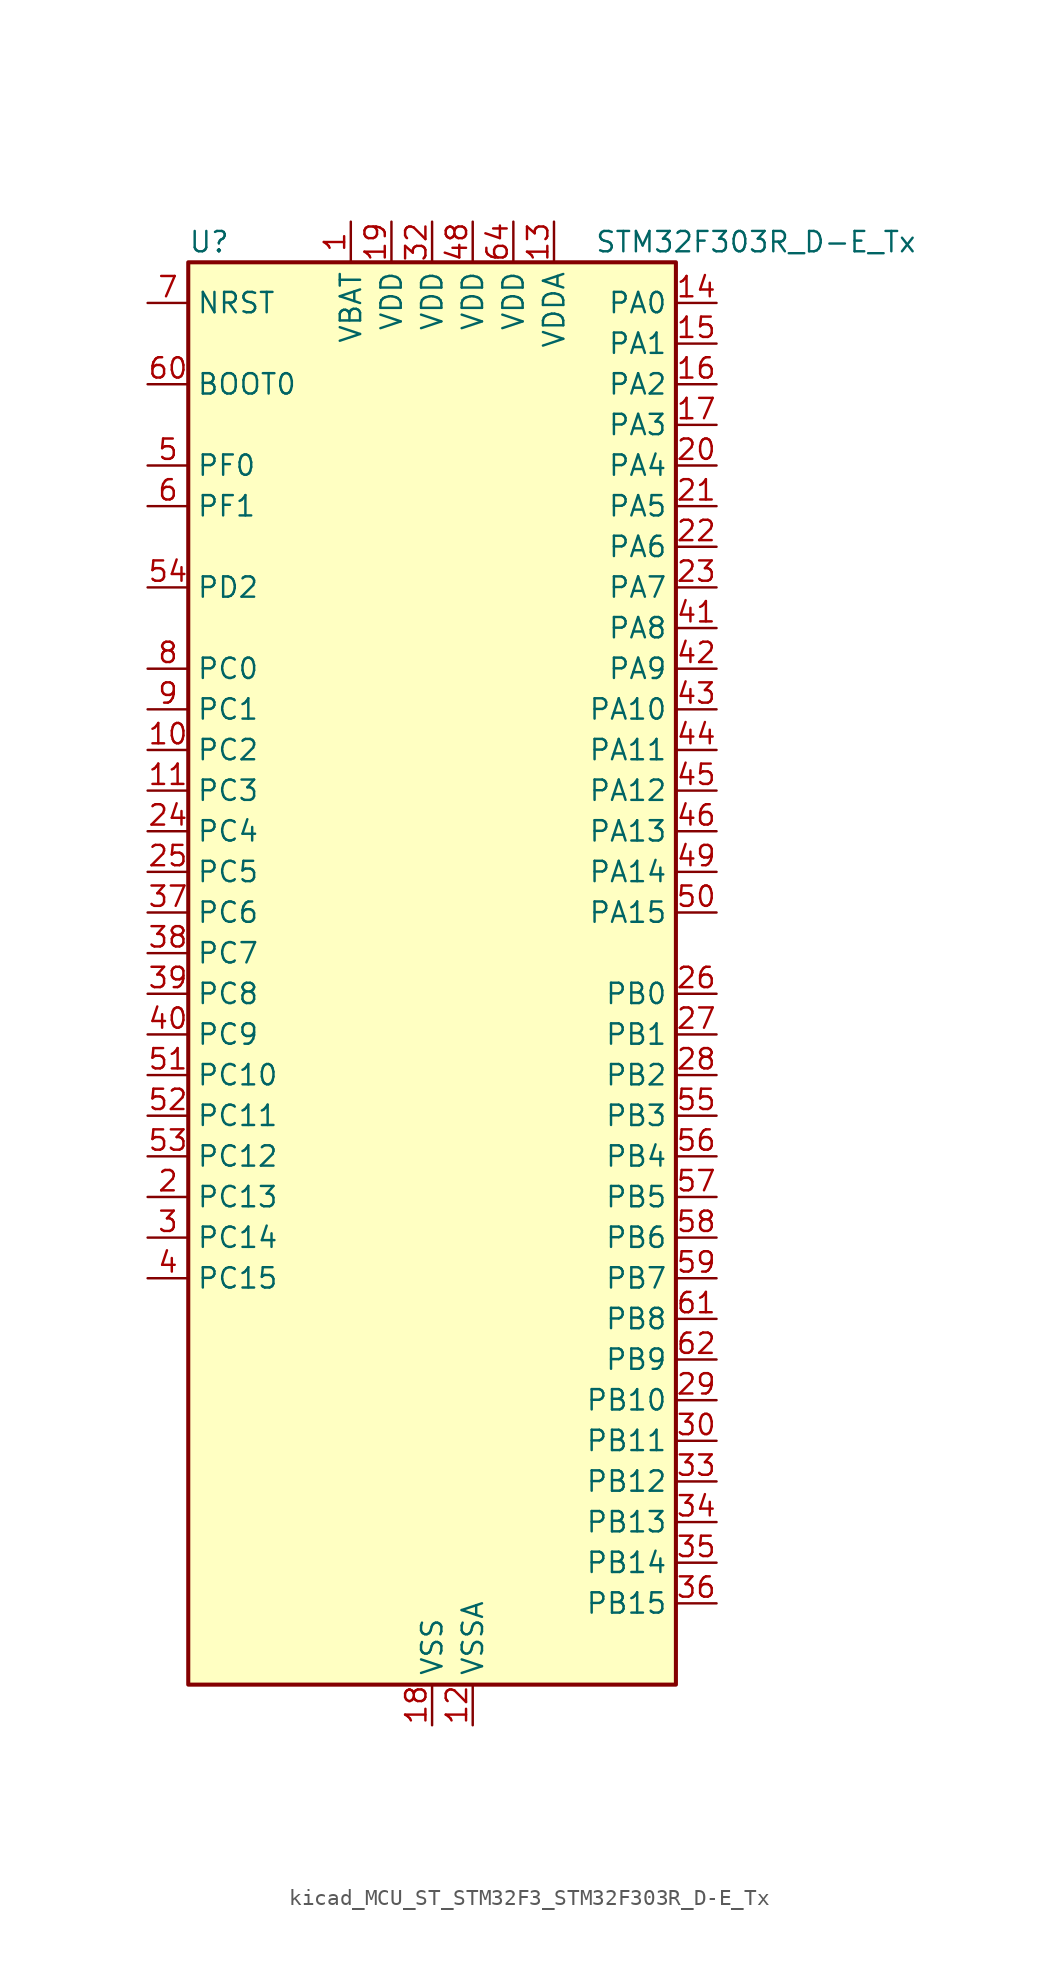
<source format=kicad_sym>
(kicad_symbol_lib
  (version 20220914)
  (generator kicad_symbol_editor)
  (symbol "kicad_MCU_ST_STM32F3_STM32F303R_D-E_Tx"
    (property "Reference" "U"
      (at -15.24 46.99 0)
      (effects (font (size 1.27 1.27)) (justify left)))
    (property "Value" "STM32F303R_D-E_Tx"
      (at 10.16 46.99 0)
      (effects (font (size 1.27 1.27)) (justify left)))
    (property "ki_locked" ""
      (at 0 0 0)
      (effects (font (size 1.27 1.27))))
    (symbol "kicad_MCU_ST_STM32F3_STM32F303R_D-E_Tx_0_1"
      (rectangle (start -15.24 -43.18) (end 15.24 45.72) (stroke (width 0.254) (type default)) (fill (type background))))
    (symbol "kicad_MCU_ST_STM32F3_STM32F303R_D-E_Tx_1_1"
      (pin power_in line (at -5.08 48.26 270) (length 2.54) (name "VBAT" (effects (font (size 1.27 1.27)))) (number "1" (effects (font (size 1.27 1.27)))))
      (pin bidirectional line (at -17.78 15.24 0) (length 2.54) (name "PC2" (effects (font (size 1.27 1.27)))) (number "10" (effects (font (size 1.27 1.27)))) (alternate "ADC1_IN8" bidirectional line) (alternate "ADC2_IN8" bidirectional line) (alternate "ADC3_EXTI2" bidirectional line) (alternate "ADC4_EXTI2" bidirectional line) (alternate "COMP7_OUT" bidirectional line) (alternate "TIM1_CH3" bidirectional line))
      (pin bidirectional line (at -17.78 12.7 0) (length 2.54) (name "PC3" (effects (font (size 1.27 1.27)))) (number "11" (effects (font (size 1.27 1.27)))) (alternate "ADC1_IN9" bidirectional line) (alternate "ADC2_IN9" bidirectional line) (alternate "TIM1_BKIN2" bidirectional line) (alternate "TIM1_CH4" bidirectional line))
      (pin power_in line (at 2.54 -45.72 90) (length 2.54) (name "VSSA" (effects (font (size 1.27 1.27)))) (number "12" (effects (font (size 1.27 1.27)))))
      (pin power_in line (at 7.62 48.26 270) (length 2.54) (name "VDDA" (effects (font (size 1.27 1.27)))) (number "13" (effects (font (size 1.27 1.27)))))
      (pin bidirectional line (at 17.78 43.18 180) (length 2.54) (name "PA0" (effects (font (size 1.27 1.27)))) (number "14" (effects (font (size 1.27 1.27)))) (alternate "ADC1_IN1" bidirectional line) (alternate "COMP1_INM" bidirectional line) (alternate "COMP1_OUT" bidirectional line) (alternate "RTC_TAMP2" bidirectional line) (alternate "SYS_WKUP1" bidirectional line) (alternate "TIM2_CH1" bidirectional line) (alternate "TIM2_ETR" bidirectional line) (alternate "TIM8_BKIN" bidirectional line) (alternate "TIM8_ETR" bidirectional line) (alternate "TSC_G1_IO1" bidirectional line) (alternate "USART2_CTS" bidirectional line))
      (pin bidirectional line (at 17.78 40.64 180) (length 2.54) (name "PA1" (effects (font (size 1.27 1.27)))) (number "15" (effects (font (size 1.27 1.27)))) (alternate "ADC1_IN2" bidirectional line) (alternate "COMP1_INP" bidirectional line) (alternate "OPAMP1_VINP" bidirectional line) (alternate "OPAMP1_VINP_SEC" bidirectional line) (alternate "OPAMP3_VINP" bidirectional line) (alternate "OPAMP3_VINP_SEC" bidirectional line) (alternate "RTC_REFIN" bidirectional line) (alternate "TIM15_CH1N" bidirectional line) (alternate "TIM2_CH2" bidirectional line) (alternate "TSC_G1_IO2" bidirectional line) (alternate "USART2_DE" bidirectional line) (alternate "USART2_RTS" bidirectional line))
      (pin bidirectional line (at 17.78 38.1 180) (length 2.54) (name "PA2" (effects (font (size 1.27 1.27)))) (number "16" (effects (font (size 1.27 1.27)))) (alternate "ADC1_IN3" bidirectional line) (alternate "ADC3_EXTI2" bidirectional line) (alternate "ADC4_EXTI2" bidirectional line) (alternate "COMP2_INM" bidirectional line) (alternate "COMP2_OUT" bidirectional line) (alternate "OPAMP1_VOUT" bidirectional line) (alternate "TIM15_CH1" bidirectional line) (alternate "TIM2_CH3" bidirectional line) (alternate "TSC_G1_IO3" bidirectional line) (alternate "USART2_TX" bidirectional line))
      (pin bidirectional line (at 17.78 35.56 180) (length 2.54) (name "PA3" (effects (font (size 1.27 1.27)))) (number "17" (effects (font (size 1.27 1.27)))) (alternate "ADC1_IN4" bidirectional line) (alternate "OPAMP1_VINM" bidirectional line) (alternate "OPAMP1_VINM_SEC" bidirectional line) (alternate "OPAMP1_VINP" bidirectional line) (alternate "OPAMP1_VINP_SEC" bidirectional line) (alternate "TIM15_CH2" bidirectional line) (alternate "TIM2_CH4" bidirectional line) (alternate "TSC_G1_IO4" bidirectional line) (alternate "USART2_RX" bidirectional line))
      (pin power_in line (at 0 -45.72 90) (length 2.54) (name "VSS" (effects (font (size 1.27 1.27)))) (number "18" (effects (font (size 1.27 1.27)))))
      (pin power_in line (at -2.54 48.26 270) (length 2.54) (name "VDD" (effects (font (size 1.27 1.27)))) (number "19" (effects (font (size 1.27 1.27)))))
      (pin bidirectional line (at -17.78 -12.7 0) (length 2.54) (name "PC13" (effects (font (size 1.27 1.27)))) (number "2" (effects (font (size 1.27 1.27)))) (alternate "RTC_OUT_ALARM" bidirectional line) (alternate "RTC_OUT_CALIB" bidirectional line) (alternate "RTC_TAMP1" bidirectional line) (alternate "RTC_TS" bidirectional line) (alternate "SYS_WKUP2" bidirectional line) (alternate "TIM1_CH1N" bidirectional line))
      (pin bidirectional line (at 17.78 33.02 180) (length 2.54) (name "PA4" (effects (font (size 1.27 1.27)))) (number "20" (effects (font (size 1.27 1.27)))) (alternate "ADC2_IN1" bidirectional line) (alternate "COMP1_INM" bidirectional line) (alternate "COMP2_INM" bidirectional line) (alternate "COMP3_INM" bidirectional line) (alternate "COMP4_INM" bidirectional line) (alternate "COMP5_INM" bidirectional line) (alternate "COMP6_INM" bidirectional line) (alternate "COMP7_INM" bidirectional line) (alternate "DAC1_OUT1" bidirectional line) (alternate "I2S3_WS" bidirectional line) (alternate "OPAMP4_VINP" bidirectional line) (alternate "OPAMP4_VINP_SEC" bidirectional line) (alternate "SPI1_NSS" bidirectional line) (alternate "SPI3_NSS" bidirectional line) (alternate "TIM3_CH2" bidirectional line) (alternate "TSC_G2_IO1" bidirectional line) (alternate "USART2_CK" bidirectional line))
      (pin bidirectional line (at 17.78 30.48 180) (length 2.54) (name "PA5" (effects (font (size 1.27 1.27)))) (number "21" (effects (font (size 1.27 1.27)))) (alternate "ADC2_IN2" bidirectional line) (alternate "COMP1_INM" bidirectional line) (alternate "COMP2_INM" bidirectional line) (alternate "COMP3_INM" bidirectional line) (alternate "COMP4_INM" bidirectional line) (alternate "COMP5_INM" bidirectional line) (alternate "COMP6_INM" bidirectional line) (alternate "COMP7_INM" bidirectional line) (alternate "DAC1_OUT2" bidirectional line) (alternate "OPAMP1_VINP" bidirectional line) (alternate "OPAMP1_VINP_SEC" bidirectional line) (alternate "OPAMP2_VINM" bidirectional line) (alternate "OPAMP2_VINM_SEC" bidirectional line) (alternate "OPAMP3_VINP" bidirectional line) (alternate "OPAMP3_VINP_SEC" bidirectional line) (alternate "SPI1_SCK" bidirectional line) (alternate "TIM2_CH1" bidirectional line) (alternate "TIM2_ETR" bidirectional line) (alternate "TSC_G2_IO2" bidirectional line))
      (pin bidirectional line (at 17.78 27.94 180) (length 2.54) (name "PA6" (effects (font (size 1.27 1.27)))) (number "22" (effects (font (size 1.27 1.27)))) (alternate "ADC2_IN3" bidirectional line) (alternate "COMP1_OUT" bidirectional line) (alternate "OPAMP2_VOUT" bidirectional line) (alternate "SPI1_MISO" bidirectional line) (alternate "TIM16_CH1" bidirectional line) (alternate "TIM1_BKIN" bidirectional line) (alternate "TIM3_CH1" bidirectional line) (alternate "TIM8_BKIN" bidirectional line) (alternate "TSC_G2_IO3" bidirectional line))
      (pin bidirectional line (at 17.78 25.4 180) (length 2.54) (name "PA7" (effects (font (size 1.27 1.27)))) (number "23" (effects (font (size 1.27 1.27)))) (alternate "ADC2_IN4" bidirectional line) (alternate "COMP2_INP" bidirectional line) (alternate "OPAMP1_VINP" bidirectional line) (alternate "OPAMP1_VINP_SEC" bidirectional line) (alternate "OPAMP2_VINP" bidirectional line) (alternate "OPAMP2_VINP_SEC" bidirectional line) (alternate "SPI1_MOSI" bidirectional line) (alternate "TIM17_CH1" bidirectional line) (alternate "TIM1_CH1N" bidirectional line) (alternate "TIM3_CH2" bidirectional line) (alternate "TIM8_CH1N" bidirectional line) (alternate "TSC_G2_IO4" bidirectional line))
      (pin bidirectional line (at -17.78 10.16 0) (length 2.54) (name "PC4" (effects (font (size 1.27 1.27)))) (number "24" (effects (font (size 1.27 1.27)))) (alternate "ADC2_IN5" bidirectional line) (alternate "TIM1_ETR" bidirectional line) (alternate "USART1_TX" bidirectional line))
      (pin bidirectional line (at -17.78 7.62 0) (length 2.54) (name "PC5" (effects (font (size 1.27 1.27)))) (number "25" (effects (font (size 1.27 1.27)))) (alternate "ADC2_IN11" bidirectional line) (alternate "OPAMP1_VINM" bidirectional line) (alternate "OPAMP1_VINM_SEC" bidirectional line) (alternate "OPAMP2_VINM" bidirectional line) (alternate "OPAMP2_VINM_SEC" bidirectional line) (alternate "TIM15_BKIN" bidirectional line) (alternate "TSC_G3_IO1" bidirectional line) (alternate "USART1_RX" bidirectional line))
      (pin bidirectional line (at 17.78 0 180) (length 2.54) (name "PB0" (effects (font (size 1.27 1.27)))) (number "26" (effects (font (size 1.27 1.27)))) (alternate "ADC3_IN12" bidirectional line) (alternate "COMP4_INP" bidirectional line) (alternate "OPAMP2_VINP" bidirectional line) (alternate "OPAMP2_VINP_SEC" bidirectional line) (alternate "OPAMP3_VINP" bidirectional line) (alternate "OPAMP3_VINP_SEC" bidirectional line) (alternate "TIM1_CH2N" bidirectional line) (alternate "TIM3_CH3" bidirectional line) (alternate "TIM8_CH2N" bidirectional line) (alternate "TSC_G3_IO2" bidirectional line))
      (pin bidirectional line (at 17.78 -2.54 180) (length 2.54) (name "PB1" (effects (font (size 1.27 1.27)))) (number "27" (effects (font (size 1.27 1.27)))) (alternate "ADC3_IN1" bidirectional line) (alternate "COMP4_OUT" bidirectional line) (alternate "OPAMP3_VOUT" bidirectional line) (alternate "TIM1_CH3N" bidirectional line) (alternate "TIM3_CH4" bidirectional line) (alternate "TIM8_CH3N" bidirectional line) (alternate "TSC_G3_IO3" bidirectional line))
      (pin bidirectional line (at 17.78 -5.08 180) (length 2.54) (name "PB2" (effects (font (size 1.27 1.27)))) (number "28" (effects (font (size 1.27 1.27)))) (alternate "ADC2_IN12" bidirectional line) (alternate "ADC3_EXTI2" bidirectional line) (alternate "ADC4_EXTI2" bidirectional line) (alternate "COMP4_INM" bidirectional line) (alternate "OPAMP3_VINM" bidirectional line) (alternate "OPAMP3_VINM_SEC" bidirectional line) (alternate "TSC_G3_IO4" bidirectional line))
      (pin bidirectional line (at 17.78 -25.4 180) (length 2.54) (name "PB10" (effects (font (size 1.27 1.27)))) (number "29" (effects (font (size 1.27 1.27)))) (alternate "COMP5_INM" bidirectional line) (alternate "OPAMP3_VINM" bidirectional line) (alternate "OPAMP3_VINM_SEC" bidirectional line) (alternate "OPAMP4_VINM" bidirectional line) (alternate "OPAMP4_VINM_SEC" bidirectional line) (alternate "TIM2_CH3" bidirectional line) (alternate "TSC_SYNC" bidirectional line) (alternate "USART3_TX" bidirectional line))
      (pin bidirectional line (at -17.78 -15.24 0) (length 2.54) (name "PC14" (effects (font (size 1.27 1.27)))) (number "3" (effects (font (size 1.27 1.27)))) (alternate "RCC_OSC32_IN" bidirectional line))
      (pin bidirectional line (at 17.78 -27.94 180) (length 2.54) (name "PB11" (effects (font (size 1.27 1.27)))) (number "30" (effects (font (size 1.27 1.27)))) (alternate "ADC1_EXTI11" bidirectional line) (alternate "ADC1_IN14" bidirectional line) (alternate "ADC2_EXTI11" bidirectional line) (alternate "ADC2_IN14" bidirectional line) (alternate "COMP6_INP" bidirectional line) (alternate "OPAMP4_VINP" bidirectional line) (alternate "OPAMP4_VINP_SEC" bidirectional line) (alternate "TIM2_CH4" bidirectional line) (alternate "TSC_G6_IO1" bidirectional line) (alternate "USART3_RX" bidirectional line))
      (pin passive line (at 0 -45.72 90) (length 2.54) hide (name "VSS" (effects (font (size 1.27 1.27)))) (number "31" (effects (font (size 1.27 1.27)))))
      (pin power_in line (at 0 48.26 270) (length 2.54) (name "VDD" (effects (font (size 1.27 1.27)))) (number "32" (effects (font (size 1.27 1.27)))))
      (pin bidirectional line (at 17.78 -30.48 180) (length 2.54) (name "PB12" (effects (font (size 1.27 1.27)))) (number "33" (effects (font (size 1.27 1.27)))) (alternate "ADC4_IN3" bidirectional line) (alternate "COMP3_INM" bidirectional line) (alternate "I2C2_SMBA" bidirectional line) (alternate "I2S2_WS" bidirectional line) (alternate "OPAMP4_VOUT" bidirectional line) (alternate "SPI2_NSS" bidirectional line) (alternate "TIM1_BKIN" bidirectional line) (alternate "TSC_G6_IO2" bidirectional line) (alternate "USART3_CK" bidirectional line))
      (pin bidirectional line (at 17.78 -33.02 180) (length 2.54) (name "PB13" (effects (font (size 1.27 1.27)))) (number "34" (effects (font (size 1.27 1.27)))) (alternate "ADC3_IN5" bidirectional line) (alternate "COMP5_INP" bidirectional line) (alternate "I2S2_CK" bidirectional line) (alternate "OPAMP3_VINP" bidirectional line) (alternate "OPAMP3_VINP_SEC" bidirectional line) (alternate "OPAMP4_VINP" bidirectional line) (alternate "OPAMP4_VINP_SEC" bidirectional line) (alternate "SPI2_SCK" bidirectional line) (alternate "TIM1_CH1N" bidirectional line) (alternate "TSC_G6_IO3" bidirectional line) (alternate "USART3_CTS" bidirectional line))
      (pin bidirectional line (at 17.78 -35.56 180) (length 2.54) (name "PB14" (effects (font (size 1.27 1.27)))) (number "35" (effects (font (size 1.27 1.27)))) (alternate "ADC4_IN4" bidirectional line) (alternate "COMP3_INP" bidirectional line) (alternate "I2S2_ext_SD" bidirectional line) (alternate "OPAMP2_VINP" bidirectional line) (alternate "OPAMP2_VINP_SEC" bidirectional line) (alternate "SPI2_MISO" bidirectional line) (alternate "TIM15_CH1" bidirectional line) (alternate "TIM1_CH2N" bidirectional line) (alternate "TSC_G6_IO4" bidirectional line) (alternate "USART3_DE" bidirectional line) (alternate "USART3_RTS" bidirectional line))
      (pin bidirectional line (at 17.78 -38.1 180) (length 2.54) (name "PB15" (effects (font (size 1.27 1.27)))) (number "36" (effects (font (size 1.27 1.27)))) (alternate "ADC1_EXTI15" bidirectional line) (alternate "ADC2_EXTI15" bidirectional line) (alternate "ADC3_EXTI15" bidirectional line) (alternate "ADC4_EXTI15" bidirectional line) (alternate "ADC4_IN5" bidirectional line) (alternate "COMP6_INM" bidirectional line) (alternate "I2S2_SD" bidirectional line) (alternate "RTC_REFIN" bidirectional line) (alternate "SPI2_MOSI" bidirectional line) (alternate "TIM15_CH1N" bidirectional line) (alternate "TIM15_CH2" bidirectional line) (alternate "TIM1_CH3N" bidirectional line))
      (pin bidirectional line (at -17.78 5.08 0) (length 2.54) (name "PC6" (effects (font (size 1.27 1.27)))) (number "37" (effects (font (size 1.27 1.27)))) (alternate "COMP6_OUT" bidirectional line) (alternate "I2S2_MCK" bidirectional line) (alternate "TIM3_CH1" bidirectional line) (alternate "TIM8_CH1" bidirectional line))
      (pin bidirectional line (at -17.78 2.54 0) (length 2.54) (name "PC7" (effects (font (size 1.27 1.27)))) (number "38" (effects (font (size 1.27 1.27)))) (alternate "COMP5_OUT" bidirectional line) (alternate "I2S3_MCK" bidirectional line) (alternate "TIM3_CH2" bidirectional line) (alternate "TIM8_CH2" bidirectional line))
      (pin bidirectional line (at -17.78 0 0) (length 2.54) (name "PC8" (effects (font (size 1.27 1.27)))) (number "39" (effects (font (size 1.27 1.27)))) (alternate "COMP3_OUT" bidirectional line) (alternate "TIM3_CH3" bidirectional line) (alternate "TIM8_CH3" bidirectional line))
      (pin bidirectional line (at -17.78 -17.78 0) (length 2.54) (name "PC15" (effects (font (size 1.27 1.27)))) (number "4" (effects (font (size 1.27 1.27)))) (alternate "ADC1_EXTI15" bidirectional line) (alternate "ADC2_EXTI15" bidirectional line) (alternate "ADC3_EXTI15" bidirectional line) (alternate "ADC4_EXTI15" bidirectional line) (alternate "RCC_OSC32_OUT" bidirectional line))
      (pin bidirectional line (at -17.78 -2.54 0) (length 2.54) (name "PC9" (effects (font (size 1.27 1.27)))) (number "40" (effects (font (size 1.27 1.27)))) (alternate "DAC1_EXTI9" bidirectional line) (alternate "I2C3_SDA" bidirectional line) (alternate "I2S_CKIN" bidirectional line) (alternate "TIM3_CH4" bidirectional line) (alternate "TIM8_BKIN2" bidirectional line) (alternate "TIM8_CH4" bidirectional line))
      (pin bidirectional line (at 17.78 22.86 180) (length 2.54) (name "PA8" (effects (font (size 1.27 1.27)))) (number "41" (effects (font (size 1.27 1.27)))) (alternate "COMP3_OUT" bidirectional line) (alternate "I2C2_SMBA" bidirectional line) (alternate "I2C3_SCL" bidirectional line) (alternate "I2S2_MCK" bidirectional line) (alternate "RCC_MCO" bidirectional line) (alternate "TIM1_CH1" bidirectional line) (alternate "TIM4_ETR" bidirectional line) (alternate "USART1_CK" bidirectional line))
      (pin bidirectional line (at 17.78 20.32 180) (length 2.54) (name "PA9" (effects (font (size 1.27 1.27)))) (number "42" (effects (font (size 1.27 1.27)))) (alternate "COMP5_OUT" bidirectional line) (alternate "DAC1_EXTI9" bidirectional line) (alternate "I2C2_SCL" bidirectional line) (alternate "I2C3_SMBA" bidirectional line) (alternate "I2S3_MCK" bidirectional line) (alternate "TIM15_BKIN" bidirectional line) (alternate "TIM1_CH2" bidirectional line) (alternate "TIM2_CH3" bidirectional line) (alternate "TSC_G4_IO1" bidirectional line) (alternate "USART1_TX" bidirectional line))
      (pin bidirectional line (at 17.78 17.78 180) (length 2.54) (name "PA10" (effects (font (size 1.27 1.27)))) (number "43" (effects (font (size 1.27 1.27)))) (alternate "COMP6_OUT" bidirectional line) (alternate "I2C2_SDA" bidirectional line) (alternate "I2S2_ext_SD" bidirectional line) (alternate "SPI2_MISO" bidirectional line) (alternate "TIM17_BKIN" bidirectional line) (alternate "TIM1_CH3" bidirectional line) (alternate "TIM2_CH4" bidirectional line) (alternate "TIM8_BKIN" bidirectional line) (alternate "TSC_G4_IO2" bidirectional line) (alternate "USART1_RX" bidirectional line))
      (pin bidirectional line (at 17.78 15.24 180) (length 2.54) (name "PA11" (effects (font (size 1.27 1.27)))) (number "44" (effects (font (size 1.27 1.27)))) (alternate "ADC1_EXTI11" bidirectional line) (alternate "ADC2_EXTI11" bidirectional line) (alternate "CAN_RX" bidirectional line) (alternate "COMP1_OUT" bidirectional line) (alternate "I2S2_SD" bidirectional line) (alternate "SPI2_MOSI" bidirectional line) (alternate "TIM1_BKIN2" bidirectional line) (alternate "TIM1_CH1N" bidirectional line) (alternate "TIM1_CH4" bidirectional line) (alternate "TIM4_CH1" bidirectional line) (alternate "USART1_CTS" bidirectional line) (alternate "USB_DM" bidirectional line))
      (pin bidirectional line (at 17.78 12.7 180) (length 2.54) (name "PA12" (effects (font (size 1.27 1.27)))) (number "45" (effects (font (size 1.27 1.27)))) (alternate "CAN_TX" bidirectional line) (alternate "COMP2_OUT" bidirectional line) (alternate "I2S_CKIN" bidirectional line) (alternate "TIM16_CH1" bidirectional line) (alternate "TIM1_CH2N" bidirectional line) (alternate "TIM1_ETR" bidirectional line) (alternate "TIM4_CH2" bidirectional line) (alternate "USART1_DE" bidirectional line) (alternate "USART1_RTS" bidirectional line) (alternate "USB_DP" bidirectional line))
      (pin bidirectional line (at 17.78 10.16 180) (length 2.54) (name "PA13" (effects (font (size 1.27 1.27)))) (number "46" (effects (font (size 1.27 1.27)))) (alternate "IR_OUT" bidirectional line) (alternate "SYS_JTMS-SWDIO" bidirectional line) (alternate "TIM16_CH1N" bidirectional line) (alternate "TIM4_CH3" bidirectional line) (alternate "TSC_G4_IO3" bidirectional line) (alternate "USART3_CTS" bidirectional line))
      (pin passive line (at 0 -45.72 90) (length 2.54) hide (name "VSS" (effects (font (size 1.27 1.27)))) (number "47" (effects (font (size 1.27 1.27)))))
      (pin power_in line (at 2.54 48.26 270) (length 2.54) (name "VDD" (effects (font (size 1.27 1.27)))) (number "48" (effects (font (size 1.27 1.27)))))
      (pin bidirectional line (at 17.78 7.62 180) (length 2.54) (name "PA14" (effects (font (size 1.27 1.27)))) (number "49" (effects (font (size 1.27 1.27)))) (alternate "I2C1_SDA" bidirectional line) (alternate "SYS_JTCK-SWCLK" bidirectional line) (alternate "TIM1_BKIN" bidirectional line) (alternate "TIM8_CH2" bidirectional line) (alternate "TSC_G4_IO4" bidirectional line) (alternate "USART2_TX" bidirectional line))
      (pin bidirectional line (at -17.78 33.02 0) (length 2.54) (name "PF0" (effects (font (size 1.27 1.27)))) (number "5" (effects (font (size 1.27 1.27)))) (alternate "I2C2_SDA" bidirectional line) (alternate "I2S2_WS" bidirectional line) (alternate "RCC_OSC_IN" bidirectional line) (alternate "SPI2_NSS" bidirectional line) (alternate "TIM1_CH3N" bidirectional line))
      (pin bidirectional line (at 17.78 5.08 180) (length 2.54) (name "PA15" (effects (font (size 1.27 1.27)))) (number "50" (effects (font (size 1.27 1.27)))) (alternate "ADC1_EXTI15" bidirectional line) (alternate "ADC2_EXTI15" bidirectional line) (alternate "ADC3_EXTI15" bidirectional line) (alternate "ADC4_EXTI15" bidirectional line) (alternate "I2C1_SCL" bidirectional line) (alternate "I2S3_WS" bidirectional line) (alternate "SPI1_NSS" bidirectional line) (alternate "SPI3_NSS" bidirectional line) (alternate "SYS_JTDI" bidirectional line) (alternate "TIM1_BKIN" bidirectional line) (alternate "TIM2_CH1" bidirectional line) (alternate "TIM2_ETR" bidirectional line) (alternate "TIM8_CH1" bidirectional line) (alternate "TSC_SYNC" bidirectional line) (alternate "USART2_RX" bidirectional line))
      (pin bidirectional line (at -17.78 -5.08 0) (length 2.54) (name "PC10" (effects (font (size 1.27 1.27)))) (number "51" (effects (font (size 1.27 1.27)))) (alternate "I2S3_CK" bidirectional line) (alternate "SPI3_SCK" bidirectional line) (alternate "TIM8_CH1N" bidirectional line) (alternate "UART4_TX" bidirectional line) (alternate "USART3_TX" bidirectional line))
      (pin bidirectional line (at -17.78 -7.62 0) (length 2.54) (name "PC11" (effects (font (size 1.27 1.27)))) (number "52" (effects (font (size 1.27 1.27)))) (alternate "ADC1_EXTI11" bidirectional line) (alternate "ADC2_EXTI11" bidirectional line) (alternate "I2S3_ext_SD" bidirectional line) (alternate "SPI3_MISO" bidirectional line) (alternate "TIM8_CH2N" bidirectional line) (alternate "UART4_RX" bidirectional line) (alternate "USART3_RX" bidirectional line))
      (pin bidirectional line (at -17.78 -10.16 0) (length 2.54) (name "PC12" (effects (font (size 1.27 1.27)))) (number "53" (effects (font (size 1.27 1.27)))) (alternate "I2S3_SD" bidirectional line) (alternate "SPI3_MOSI" bidirectional line) (alternate "TIM8_CH3N" bidirectional line) (alternate "UART5_TX" bidirectional line) (alternate "USART3_CK" bidirectional line))
      (pin bidirectional line (at -17.78 25.4 0) (length 2.54) (name "PD2" (effects (font (size 1.27 1.27)))) (number "54" (effects (font (size 1.27 1.27)))) (alternate "ADC3_EXTI2" bidirectional line) (alternate "ADC4_EXTI2" bidirectional line) (alternate "TIM3_ETR" bidirectional line) (alternate "TIM8_BKIN" bidirectional line) (alternate "UART5_RX" bidirectional line))
      (pin bidirectional line (at 17.78 -7.62 180) (length 2.54) (name "PB3" (effects (font (size 1.27 1.27)))) (number "55" (effects (font (size 1.27 1.27)))) (alternate "I2S3_CK" bidirectional line) (alternate "SPI1_SCK" bidirectional line) (alternate "SPI3_SCK" bidirectional line) (alternate "SYS_JTDO-TRACESWO" bidirectional line) (alternate "TIM2_CH2" bidirectional line) (alternate "TIM3_ETR" bidirectional line) (alternate "TIM4_ETR" bidirectional line) (alternate "TIM8_CH1N" bidirectional line) (alternate "TSC_G5_IO1" bidirectional line) (alternate "USART2_TX" bidirectional line))
      (pin bidirectional line (at 17.78 -10.16 180) (length 2.54) (name "PB4" (effects (font (size 1.27 1.27)))) (number "56" (effects (font (size 1.27 1.27)))) (alternate "I2S3_ext_SD" bidirectional line) (alternate "SPI1_MISO" bidirectional line) (alternate "SPI3_MISO" bidirectional line) (alternate "SYS_NJTRST" bidirectional line) (alternate "TIM16_CH1" bidirectional line) (alternate "TIM17_BKIN" bidirectional line) (alternate "TIM3_CH1" bidirectional line) (alternate "TIM8_CH2N" bidirectional line) (alternate "TSC_G5_IO2" bidirectional line) (alternate "USART2_RX" bidirectional line))
      (pin bidirectional line (at 17.78 -12.7 180) (length 2.54) (name "PB5" (effects (font (size 1.27 1.27)))) (number "57" (effects (font (size 1.27 1.27)))) (alternate "I2C1_SMBA" bidirectional line) (alternate "I2C3_SDA" bidirectional line) (alternate "I2S3_SD" bidirectional line) (alternate "SPI1_MOSI" bidirectional line) (alternate "SPI3_MOSI" bidirectional line) (alternate "TIM16_BKIN" bidirectional line) (alternate "TIM17_CH1" bidirectional line) (alternate "TIM3_CH2" bidirectional line) (alternate "TIM8_CH3N" bidirectional line) (alternate "USART2_CK" bidirectional line))
      (pin bidirectional line (at 17.78 -15.24 180) (length 2.54) (name "PB6" (effects (font (size 1.27 1.27)))) (number "58" (effects (font (size 1.27 1.27)))) (alternate "I2C1_SCL" bidirectional line) (alternate "TIM16_CH1N" bidirectional line) (alternate "TIM4_CH1" bidirectional line) (alternate "TIM8_BKIN2" bidirectional line) (alternate "TIM8_CH1" bidirectional line) (alternate "TIM8_ETR" bidirectional line) (alternate "TSC_G5_IO3" bidirectional line) (alternate "USART1_TX" bidirectional line))
      (pin bidirectional line (at 17.78 -17.78 180) (length 2.54) (name "PB7" (effects (font (size 1.27 1.27)))) (number "59" (effects (font (size 1.27 1.27)))) (alternate "I2C1_SDA" bidirectional line) (alternate "TIM17_CH1N" bidirectional line) (alternate "TIM3_CH4" bidirectional line) (alternate "TIM4_CH2" bidirectional line) (alternate "TIM8_BKIN" bidirectional line) (alternate "TSC_G5_IO4" bidirectional line) (alternate "USART1_RX" bidirectional line))
      (pin bidirectional line (at -17.78 30.48 0) (length 2.54) (name "PF1" (effects (font (size 1.27 1.27)))) (number "6" (effects (font (size 1.27 1.27)))) (alternate "I2C2_SCL" bidirectional line) (alternate "I2S2_CK" bidirectional line) (alternate "RCC_OSC_OUT" bidirectional line) (alternate "SPI2_SCK" bidirectional line))
      (pin input line (at -17.78 38.1 0) (length 2.54) (name "BOOT0" (effects (font (size 1.27 1.27)))) (number "60" (effects (font (size 1.27 1.27)))))
      (pin bidirectional line (at 17.78 -20.32 180) (length 2.54) (name "PB8" (effects (font (size 1.27 1.27)))) (number "61" (effects (font (size 1.27 1.27)))) (alternate "CAN_RX" bidirectional line) (alternate "COMP1_OUT" bidirectional line) (alternate "I2C1_SCL" bidirectional line) (alternate "TIM16_CH1" bidirectional line) (alternate "TIM1_BKIN" bidirectional line) (alternate "TIM4_CH3" bidirectional line) (alternate "TIM8_CH2" bidirectional line) (alternate "TSC_SYNC" bidirectional line) (alternate "USART3_RX" bidirectional line))
      (pin bidirectional line (at 17.78 -22.86 180) (length 2.54) (name "PB9" (effects (font (size 1.27 1.27)))) (number "62" (effects (font (size 1.27 1.27)))) (alternate "CAN_TX" bidirectional line) (alternate "COMP2_OUT" bidirectional line) (alternate "DAC1_EXTI9" bidirectional line) (alternate "I2C1_SDA" bidirectional line) (alternate "IR_OUT" bidirectional line) (alternate "TIM17_CH1" bidirectional line) (alternate "TIM4_CH4" bidirectional line) (alternate "TIM8_CH3" bidirectional line) (alternate "USART3_TX" bidirectional line))
      (pin passive line (at 0 -45.72 90) (length 2.54) hide (name "VSS" (effects (font (size 1.27 1.27)))) (number "63" (effects (font (size 1.27 1.27)))))
      (pin power_in line (at 5.08 48.26 270) (length 2.54) (name "VDD" (effects (font (size 1.27 1.27)))) (number "64" (effects (font (size 1.27 1.27)))))
      (pin input line (at -17.78 43.18 0) (length 2.54) (name "NRST" (effects (font (size 1.27 1.27)))) (number "7" (effects (font (size 1.27 1.27)))))
      (pin bidirectional line (at -17.78 20.32 0) (length 2.54) (name "PC0" (effects (font (size 1.27 1.27)))) (number "8" (effects (font (size 1.27 1.27)))) (alternate "ADC1_IN6" bidirectional line) (alternate "ADC2_IN6" bidirectional line) (alternate "COMP7_INM" bidirectional line) (alternate "TIM1_CH1" bidirectional line))
      (pin bidirectional line (at -17.78 17.78 0) (length 2.54) (name "PC1" (effects (font (size 1.27 1.27)))) (number "9" (effects (font (size 1.27 1.27)))) (alternate "ADC1_IN7" bidirectional line) (alternate "ADC2_IN7" bidirectional line) (alternate "COMP7_INP" bidirectional line) (alternate "TIM1_CH2" bidirectional line)))))
</source>
